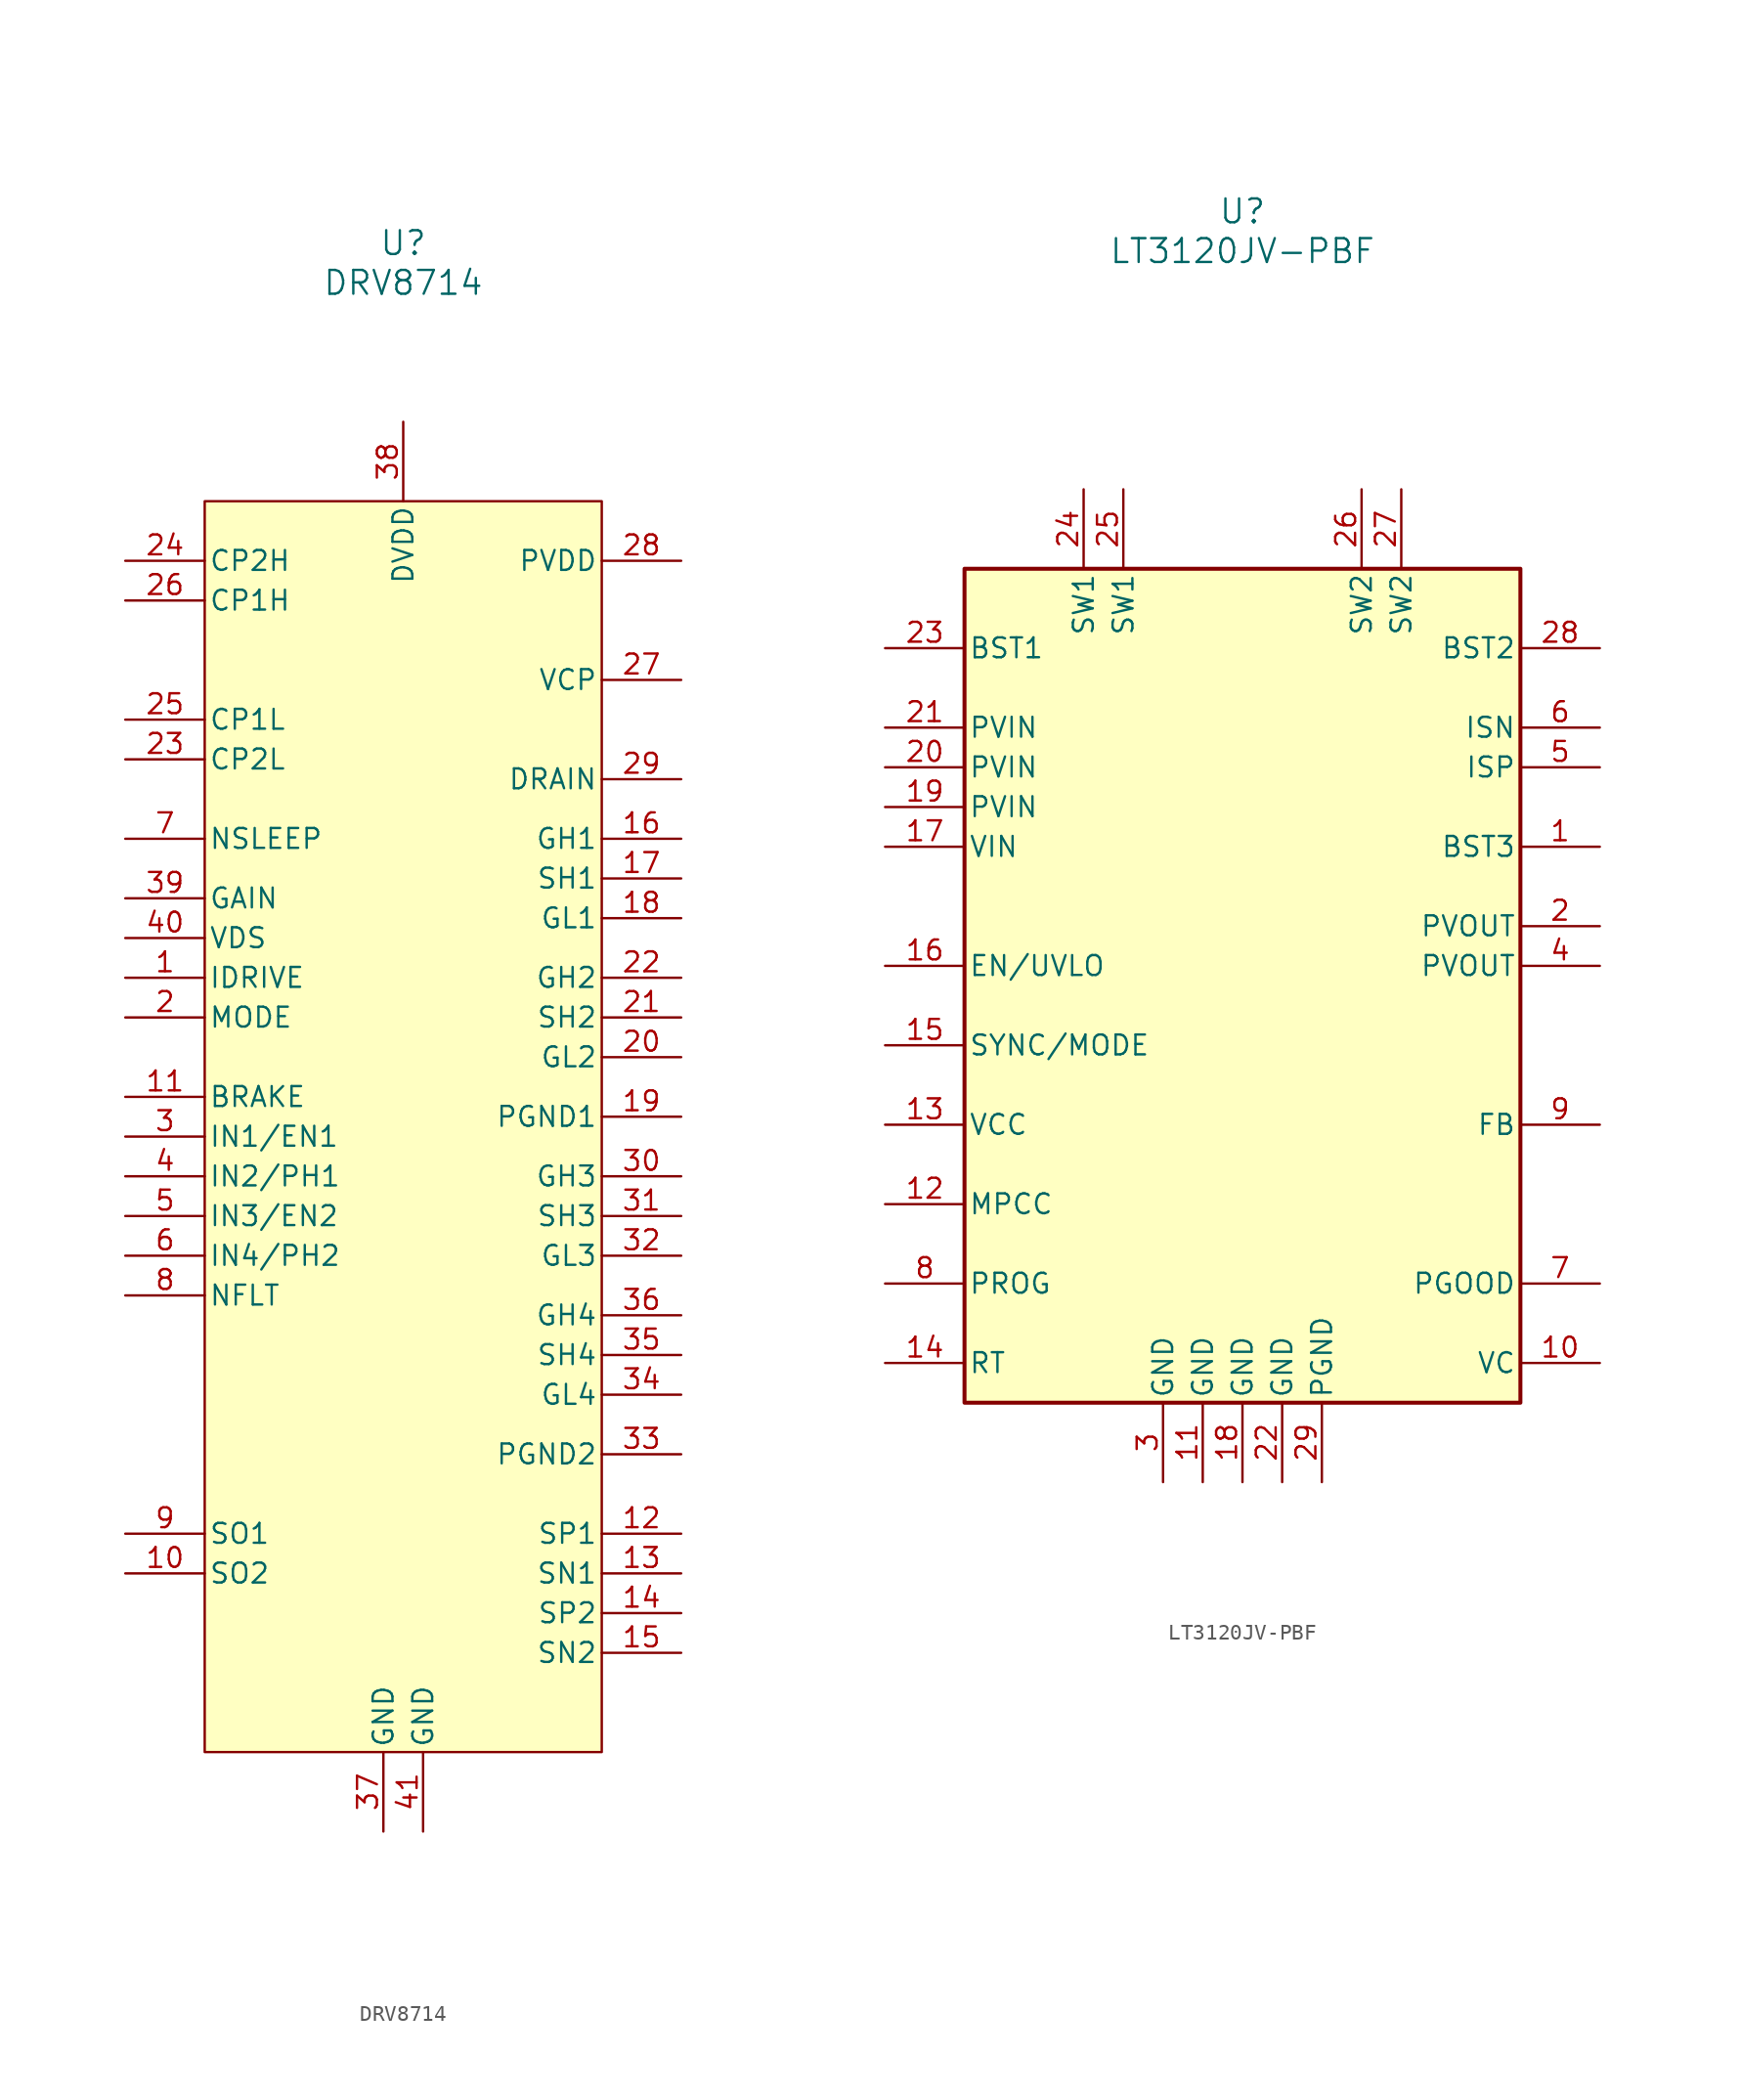
<source format=kicad_sym>
(kicad_symbol_lib
  (version 20220914)
  (generator kicad_symbol_editor)
  (symbol "DRV8714"
    (pin_names
      (offset 0.254))
    (property "Reference" "U"
      (at 0 16.51 0)
      (effects (font (size 1.524 1.524))))
    (property "Value" "DRV8714"
      (at 0 13.97 0)
      (effects (font (size 1.524 1.524))))
    (property "ki_locked" ""
      (at 0 0 0)
      (effects (font (size 1.27 1.27))))
    (symbol "DRV8714_0_1"
      (pin input line (at -17.78 -30.48 0) (length 5.08) (name "IDRIVE" (effects (font (size 1.27 1.27)))) (number "1" (effects (font (size 1.27 1.27)))))
      (pin output line (at -17.78 -68.58 0) (length 5.08) (name "SO2" (effects (font (size 1.27 1.27)))) (number "10" (effects (font (size 1.27 1.27)))))
      (pin input line (at -17.78 -38.1 0) (length 5.08) (name "BRAKE" (effects (font (size 1.27 1.27)))) (number "11" (effects (font (size 1.27 1.27)))))
      (pin input line (at 17.78 -66.04 180) (length 5.08) (name "SP1" (effects (font (size 1.27 1.27)))) (number "12" (effects (font (size 1.27 1.27)))))
      (pin input line (at 17.78 -68.58 180) (length 5.08) (name "SN1" (effects (font (size 1.27 1.27)))) (number "13" (effects (font (size 1.27 1.27)))))
      (pin input line (at 17.78 -71.12 180) (length 5.08) (name "SP2" (effects (font (size 1.27 1.27)))) (number "14" (effects (font (size 1.27 1.27)))))
      (pin input line (at 17.78 -73.66 180) (length 5.08) (name "SN2" (effects (font (size 1.27 1.27)))) (number "15" (effects (font (size 1.27 1.27)))))
      (pin output line (at 17.78 -21.59 180) (length 5.08) (name "GH1" (effects (font (size 1.27 1.27)))) (number "16" (effects (font (size 1.27 1.27)))))
      (pin input line (at 17.78 -24.13 180) (length 5.08) (name "SH1" (effects (font (size 1.27 1.27)))) (number "17" (effects (font (size 1.27 1.27)))))
      (pin output line (at 17.78 -26.67 180) (length 5.08) (name "GL1" (effects (font (size 1.27 1.27)))) (number "18" (effects (font (size 1.27 1.27)))))
      (pin input line (at -17.78 -33.02 0) (length 5.08) (name "MODE" (effects (font (size 1.27 1.27)))) (number "2" (effects (font (size 1.27 1.27)))))
      (pin output line (at 17.78 -35.56 180) (length 5.08) (name "GL2" (effects (font (size 1.27 1.27)))) (number "20" (effects (font (size 1.27 1.27)))))
      (pin input line (at 17.78 -33.02 180) (length 5.08) (name "SH2" (effects (font (size 1.27 1.27)))) (number "21" (effects (font (size 1.27 1.27)))))
      (pin output line (at 17.78 -30.48 180) (length 5.08) (name "GH2" (effects (font (size 1.27 1.27)))) (number "22" (effects (font (size 1.27 1.27)))))
      (pin bidirectional line (at -17.78 -16.51 0) (length 5.08) (name "CP2L" (effects (font (size 1.27 1.27)))) (number "23" (effects (font (size 1.27 1.27)))))
      (pin bidirectional line (at -17.78 -3.81 0) (length 5.08) (name "CP2H" (effects (font (size 1.27 1.27)))) (number "24" (effects (font (size 1.27 1.27)))))
      (pin bidirectional line (at -17.78 -13.97 0) (length 5.08) (name "CP1L" (effects (font (size 1.27 1.27)))) (number "25" (effects (font (size 1.27 1.27)))))
      (pin bidirectional line (at -17.78 -6.35 0) (length 5.08) (name "CP1H" (effects (font (size 1.27 1.27)))) (number "26" (effects (font (size 1.27 1.27)))))
      (pin bidirectional line (at 17.78 -11.43 180) (length 5.08) (name "VCP" (effects (font (size 1.27 1.27)))) (number "27" (effects (font (size 1.27 1.27)))))
      (pin input line (at 17.78 -3.81 180) (length 5.08) (name "PVDD" (effects (font (size 1.27 1.27)))) (number "28" (effects (font (size 1.27 1.27)))))
      (pin input line (at 17.78 -17.78 180) (length 5.08) (name "DRAIN" (effects (font (size 1.27 1.27)))) (number "29" (effects (font (size 1.27 1.27)))))
      (pin input line (at -17.78 -40.64 0) (length 5.08) (name "IN1/EN1" (effects (font (size 1.27 1.27)))) (number "3" (effects (font (size 1.27 1.27)))))
      (pin output line (at 17.78 -43.18 180) (length 5.08) (name "GH3" (effects (font (size 1.27 1.27)))) (number "30" (effects (font (size 1.27 1.27)))))
      (pin input line (at 17.78 -45.72 180) (length 5.08) (name "SH3" (effects (font (size 1.27 1.27)))) (number "31" (effects (font (size 1.27 1.27)))))
      (pin output line (at 17.78 -48.26 180) (length 5.08) (name "GL3" (effects (font (size 1.27 1.27)))) (number "32" (effects (font (size 1.27 1.27)))))
      (pin input line (at 17.78 -60.96 180) (length 5.08) (name "PGND2" (effects (font (size 1.27 1.27)))) (number "33" (effects (font (size 1.27 1.27)))))
      (pin output line (at 17.78 -57.15 180) (length 5.08) (name "GL4" (effects (font (size 1.27 1.27)))) (number "34" (effects (font (size 1.27 1.27)))))
      (pin input line (at 17.78 -54.61 180) (length 5.08) (name "SH4" (effects (font (size 1.27 1.27)))) (number "35" (effects (font (size 1.27 1.27)))))
      (pin output line (at 17.78 -52.07 180) (length 5.08) (name "GH4" (effects (font (size 1.27 1.27)))) (number "36" (effects (font (size 1.27 1.27)))))
      (pin power_out line (at -1.27 -85.09 90) (length 5.08) (name "GND" (effects (font (size 1.27 1.27)))) (number "37" (effects (font (size 1.27 1.27)))))
      (pin input line (at 0 5.08 270) (length 5.08) (name "DVDD" (effects (font (size 1.27 1.27)))) (number "38" (effects (font (size 1.27 1.27)))))
      (pin input line (at -17.78 -25.4 0) (length 5.08) (name "GAIN" (effects (font (size 1.27 1.27)))) (number "39" (effects (font (size 1.27 1.27)))))
      (pin input line (at -17.78 -43.18 0) (length 5.08) (name "IN2/PH1" (effects (font (size 1.27 1.27)))) (number "4" (effects (font (size 1.27 1.27)))))
      (pin input line (at -17.78 -27.94 0) (length 5.08) (name "VDS" (effects (font (size 1.27 1.27)))) (number "40" (effects (font (size 1.27 1.27)))))
      (pin power_out line (at 1.27 -85.09 90) (length 5.08) (name "GND" (effects (font (size 1.27 1.27)))) (number "41" (effects (font (size 1.27 1.27)))))
      (pin input line (at -17.78 -45.72 0) (length 5.08) (name "IN3/EN2" (effects (font (size 1.27 1.27)))) (number "5" (effects (font (size 1.27 1.27)))))
      (pin input line (at -17.78 -48.26 0) (length 5.08) (name "IN4/PH2" (effects (font (size 1.27 1.27)))) (number "6" (effects (font (size 1.27 1.27)))))
      (pin input line (at -17.78 -21.59 0) (length 5.08) (name "NSLEEP" (effects (font (size 1.27 1.27)))) (number "7" (effects (font (size 1.27 1.27)))))
      (pin output line (at -17.78 -50.8 0) (length 5.08) (name "NFLT" (effects (font (size 1.27 1.27)))) (number "8" (effects (font (size 1.27 1.27)))))
      (pin output line (at -17.78 -66.04 0) (length 5.08) (name "SO1" (effects (font (size 1.27 1.27)))) (number "9" (effects (font (size 1.27 1.27))))))
    (symbol "DRV8714_1_1"
      (rectangle (start -12.7 0) (end 12.7 -80.01) (stroke (width 0) (type default)) (fill (type background)))
      (pin input line (at 17.78 -39.37 180) (length 5.08) (name "PGND1" (effects (font (size 1.27 1.27)))) (number "19" (effects (font (size 1.27 1.27)))))))
  (symbol "LT3120JV-PBF"
    (pin_names
      (offset 0.254))
    (property "Reference" "U"
      (at 0 50.8 0)
      (effects (font (size 1.524 1.524))))
    (property "Value" "LT3120JV-PBF"
      (at 0 48.26 0)
      (effects (font (size 1.524 1.524))))
    (symbol "LT3120JV-PBF_1_1"
      (rectangle (start -17.78 27.94) (end 17.78 -25.4) (stroke (width 0.254) (type default)) (fill (type background)))
      (pin unspecified line (at 22.86 10.16 180) (length 5.08) (name "BST3" (effects (font (size 1.27 1.27)))) (number "1" (effects (font (size 1.27 1.27)))))
      (pin unspecified line (at 22.86 -22.86 180) (length 5.08) (name "VC" (effects (font (size 1.27 1.27)))) (number "10" (effects (font (size 1.27 1.27)))))
      (pin unspecified line (at -2.54 -30.48 90) (length 5.08) (name "GND" (effects (font (size 1.27 1.27)))) (number "11" (effects (font (size 1.27 1.27)))))
      (pin unspecified line (at -22.86 -12.7 0) (length 5.08) (name "MPCC" (effects (font (size 1.27 1.27)))) (number "12" (effects (font (size 1.27 1.27)))))
      (pin unspecified line (at -22.86 -7.62 0) (length 5.08) (name "VCC" (effects (font (size 1.27 1.27)))) (number "13" (effects (font (size 1.27 1.27)))))
      (pin unspecified line (at -22.86 -22.86 0) (length 5.08) (name "RT" (effects (font (size 1.27 1.27)))) (number "14" (effects (font (size 1.27 1.27)))))
      (pin unspecified line (at -22.86 -2.54 0) (length 5.08) (name "SYNC/MODE" (effects (font (size 1.27 1.27)))) (number "15" (effects (font (size 1.27 1.27)))))
      (pin unspecified line (at -22.86 2.54 0) (length 5.08) (name "EN/UVLO" (effects (font (size 1.27 1.27)))) (number "16" (effects (font (size 1.27 1.27)))))
      (pin unspecified line (at -22.86 10.16 0) (length 5.08) (name "VIN" (effects (font (size 1.27 1.27)))) (number "17" (effects (font (size 1.27 1.27)))))
      (pin unspecified line (at 0 -30.48 90) (length 5.08) (name "GND" (effects (font (size 1.27 1.27)))) (number "18" (effects (font (size 1.27 1.27)))))
      (pin unspecified line (at -22.86 12.7 0) (length 5.08) (name "PVIN" (effects (font (size 1.27 1.27)))) (number "19" (effects (font (size 1.27 1.27)))))
      (pin unspecified line (at 22.86 5.08 180) (length 5.08) (name "PVOUT" (effects (font (size 1.27 1.27)))) (number "2" (effects (font (size 1.27 1.27)))))
      (pin unspecified line (at -22.86 15.24 0) (length 5.08) (name "PVIN" (effects (font (size 1.27 1.27)))) (number "20" (effects (font (size 1.27 1.27)))))
      (pin unspecified line (at -22.86 17.78 0) (length 5.08) (name "PVIN" (effects (font (size 1.27 1.27)))) (number "21" (effects (font (size 1.27 1.27)))))
      (pin unspecified line (at 2.54 -30.48 90) (length 5.08) (name "GND" (effects (font (size 1.27 1.27)))) (number "22" (effects (font (size 1.27 1.27)))))
      (pin unspecified line (at -22.86 22.86 0) (length 5.08) (name "BST1" (effects (font (size 1.27 1.27)))) (number "23" (effects (font (size 1.27 1.27)))))
      (pin unspecified line (at -10.16 33.02 270) (length 5.08) (name "SW1" (effects (font (size 1.27 1.27)))) (number "24" (effects (font (size 1.27 1.27)))))
      (pin unspecified line (at -7.62 33.02 270) (length 5.08) (name "SW1" (effects (font (size 1.27 1.27)))) (number "25" (effects (font (size 1.27 1.27)))))
      (pin unspecified line (at 7.62 33.02 270) (length 5.08) (name "SW2" (effects (font (size 1.27 1.27)))) (number "26" (effects (font (size 1.27 1.27)))))
      (pin unspecified line (at 10.16 33.02 270) (length 5.08) (name "SW2" (effects (font (size 1.27 1.27)))) (number "27" (effects (font (size 1.27 1.27)))))
      (pin unspecified line (at 22.86 22.86 180) (length 5.08) (name "BST2" (effects (font (size 1.27 1.27)))) (number "28" (effects (font (size 1.27 1.27)))))
      (pin unspecified line (at 5.08 -30.48 90) (length 5.08) (name "PGND" (effects (font (size 1.27 1.27)))) (number "29" (effects (font (size 1.27 1.27)))))
      (pin unspecified line (at -5.08 -30.48 90) (length 5.08) (name "GND" (effects (font (size 1.27 1.27)))) (number "3" (effects (font (size 1.27 1.27)))))
      (pin unspecified line (at 22.86 2.54 180) (length 5.08) (name "PVOUT" (effects (font (size 1.27 1.27)))) (number "4" (effects (font (size 1.27 1.27)))))
      (pin unspecified line (at 22.86 15.24 180) (length 5.08) (name "ISP" (effects (font (size 1.27 1.27)))) (number "5" (effects (font (size 1.27 1.27)))))
      (pin unspecified line (at 22.86 17.78 180) (length 5.08) (name "ISN" (effects (font (size 1.27 1.27)))) (number "6" (effects (font (size 1.27 1.27)))))
      (pin unspecified line (at 22.86 -17.78 180) (length 5.08) (name "PGOOD" (effects (font (size 1.27 1.27)))) (number "7" (effects (font (size 1.27 1.27)))))
      (pin unspecified line (at -22.86 -17.78 0) (length 5.08) (name "PROG" (effects (font (size 1.27 1.27)))) (number "8" (effects (font (size 1.27 1.27)))))
      (pin unspecified line (at 22.86 -7.62 180) (length 5.08) (name "FB" (effects (font (size 1.27 1.27)))) (number "9" (effects (font (size 1.27 1.27))))))))
</source>
